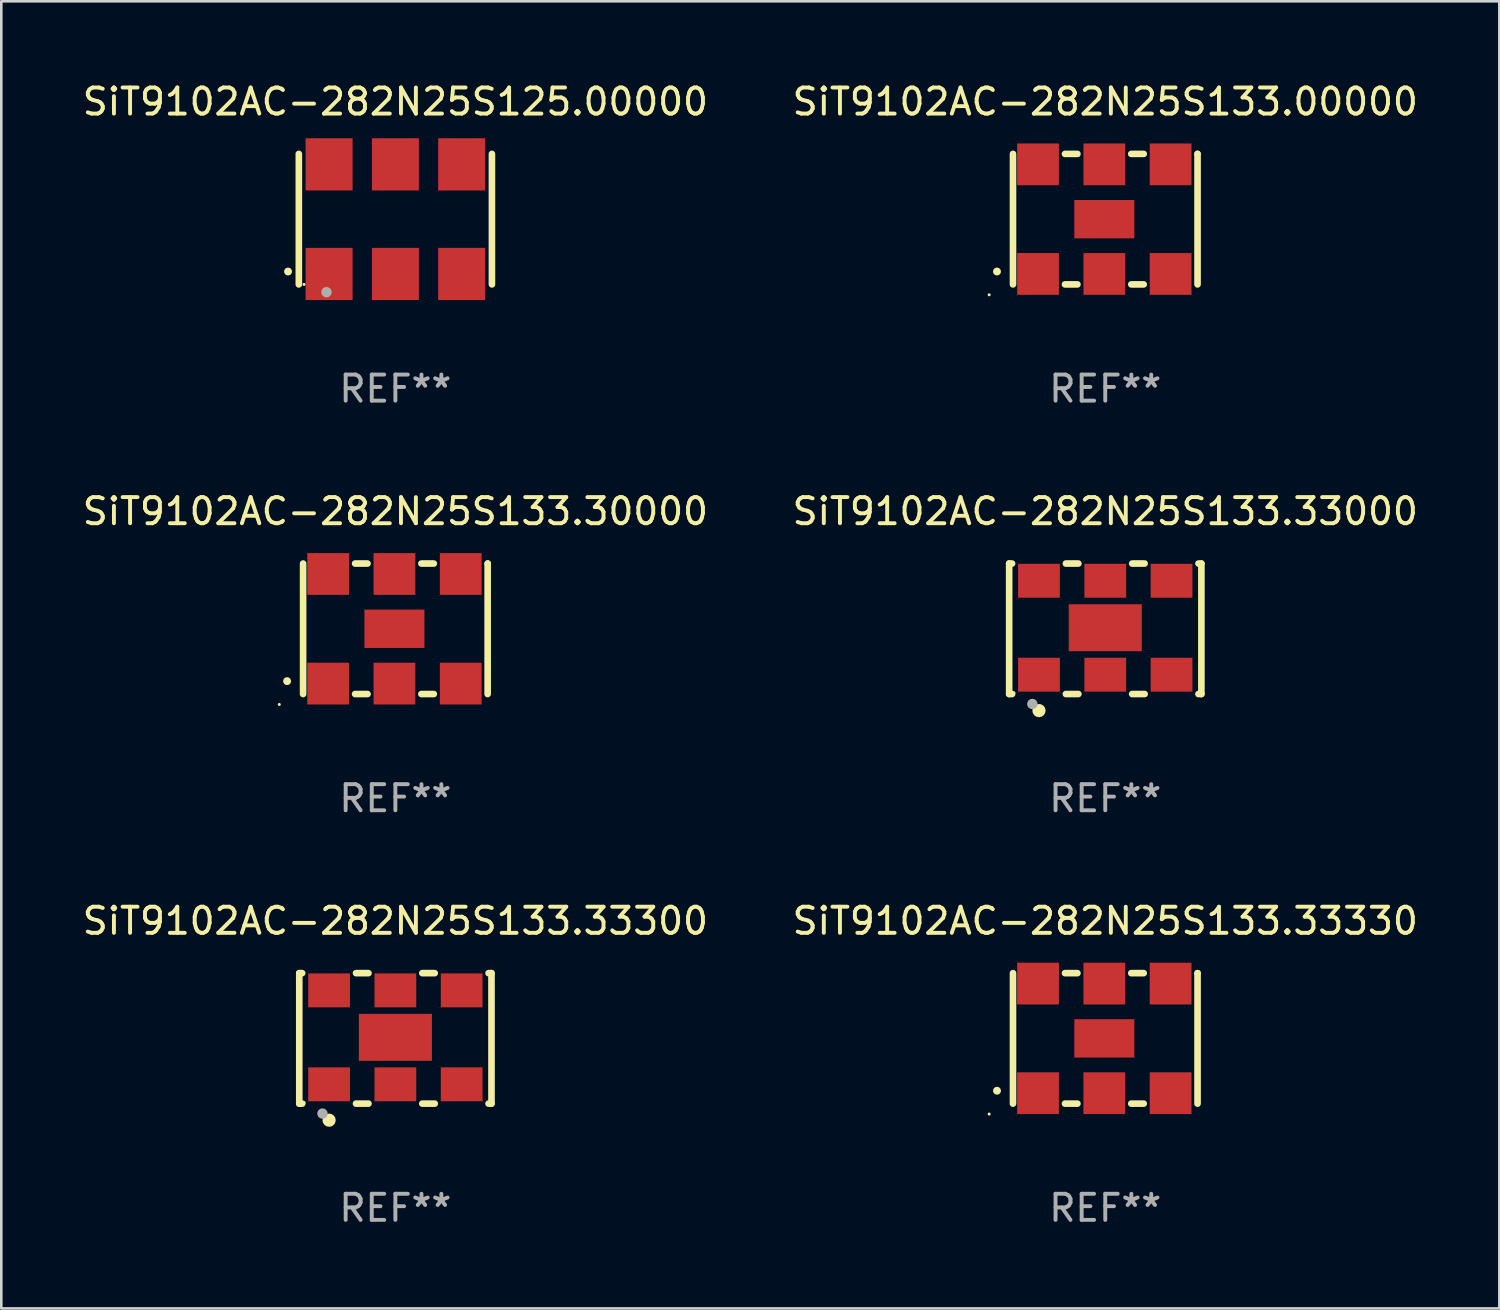
<source format=kicad_pcb>
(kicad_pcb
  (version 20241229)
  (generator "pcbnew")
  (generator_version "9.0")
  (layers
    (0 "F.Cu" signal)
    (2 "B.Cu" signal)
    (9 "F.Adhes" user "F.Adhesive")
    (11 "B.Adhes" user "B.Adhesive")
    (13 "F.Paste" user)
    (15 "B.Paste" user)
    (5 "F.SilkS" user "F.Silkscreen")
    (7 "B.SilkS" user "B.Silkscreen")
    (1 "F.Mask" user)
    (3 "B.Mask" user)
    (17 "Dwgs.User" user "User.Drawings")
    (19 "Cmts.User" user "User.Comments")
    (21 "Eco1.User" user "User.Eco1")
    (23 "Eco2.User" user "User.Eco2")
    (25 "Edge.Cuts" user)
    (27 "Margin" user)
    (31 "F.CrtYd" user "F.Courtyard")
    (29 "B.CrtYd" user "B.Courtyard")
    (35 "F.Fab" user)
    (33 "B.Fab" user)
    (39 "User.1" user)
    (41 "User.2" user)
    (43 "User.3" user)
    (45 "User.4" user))
  (footprint "SiT9102AC-282N25S133.33330"
    (layer "F.Cu")
    (at 39.304 36.741)
    (property "Reference" "SiT9102AC-282N25S133.33330" (at 0 -4.5 0) (layer "F.SilkS") (effects (font (size 1 1) (thickness 0.15))))
    (attr through_hole)
    (fp_line (start -3.536 -2.5) (end -3.536 2.5) (stroke (width 0.254) (type solid)) (layer "F.SilkS"))
    (fp_line (start -1.544 2.5) (end -1.067 2.5) (stroke (width 0.254) (type solid)) (layer "F.SilkS"))
    (fp_line (start -1.067 -2.5) (end -1.544 -2.5) (stroke (width 0.254) (type solid)) (layer "F.SilkS"))
    (fp_line (start 0.996 2.5) (end 1.473 2.5) (stroke (width 0.254) (type solid)) (layer "F.SilkS"))
    (fp_line (start 1.473 -2.5) (end 0.996 -2.5) (stroke (width 0.254) (type solid)) (layer "F.SilkS"))
    (fp_line (start 3.536 -2.5) (end 3.536 -2.5) (stroke (width 0.254) (type solid)) (layer "F.SilkS"))
    (fp_line (start 3.536 2.5) (end 3.536 -2.5) (stroke (width 0.254) (type solid)) (layer "F.SilkS"))
    (fp_arc (start -4.150432 2.006604) (mid -4.149162 2.006599) (end -4.147892 2.006604) (stroke (width 0.3) (type solid)) (layer "F.SilkS"))
    (fp_circle (center -4.449 2.9) (end -4.419 2.9) (stroke (width 0.06) (type solid)) (fill no) (layer "F.SilkS"))
    (fp_text user "REF**" (at 0 6.5 0) (layer "F.Fab") (effects (font (size 1 1) (thickness 0.15))))
    (pad "1" smd rect (at -2.576 2.1) (size 1.6 1.6) (layers "F.Cu" "F.Mask" "F.Paste"))
    (pad "2" smd rect (at -0.036 2.1) (size 1.6 1.6) (layers "F.Cu" "F.Mask" "F.Paste"))
    (pad "3" smd rect (at 2.504 2.1) (size 1.6 1.6) (layers "F.Cu" "F.Mask" "F.Paste"))
    (pad "4" smd rect (at 2.504 -2.1) (size 1.6 1.6) (layers "F.Cu" "F.Mask" "F.Paste"))
    (pad "5" smd rect (at -0.036 -2.1) (size 1.6 1.6) (layers "F.Cu" "F.Mask" "F.Paste"))
    (pad "6" smd rect (at -2.576 -2.1) (size 1.6 1.6) (layers "F.Cu" "F.Mask" "F.Paste"))
    (pad "7" smd rect (at -0.036 0) (size 2.3 1.47) (layers "F.Cu" "F.Mask" "F.Paste")))
  (footprint "SiT9102AC-282N25S133.30000"
    (layer "F.Cu")
    (at 12.101 21.045)
    (property "Reference" "SiT9102AC-282N25S133.30000" (at 0 -4.5 0) (layer "F.SilkS") (effects (font (size 1 1) (thickness 0.15))))
    (attr through_hole)
    (fp_line (start -3.536 -2.5) (end -3.536 2.5) (stroke (width 0.254) (type solid)) (layer "F.SilkS"))
    (fp_line (start -1.544 2.5) (end -1.067 2.5) (stroke (width 0.254) (type solid)) (layer "F.SilkS"))
    (fp_line (start -1.067 -2.5) (end -1.544 -2.5) (stroke (width 0.254) (type solid)) (layer "F.SilkS"))
    (fp_line (start 0.996 2.5) (end 1.473 2.5) (stroke (width 0.254) (type solid)) (layer "F.SilkS"))
    (fp_line (start 1.473 -2.5) (end 0.996 -2.5) (stroke (width 0.254) (type solid)) (layer "F.SilkS"))
    (fp_line (start 3.536 -2.5) (end 3.536 -2.5) (stroke (width 0.254) (type solid)) (layer "F.SilkS"))
    (fp_line (start 3.536 2.5) (end 3.536 -2.5) (stroke (width 0.254) (type solid)) (layer "F.SilkS"))
    (fp_arc (start -4.150432 2.006604) (mid -4.149162 2.006599) (end -4.147892 2.006604) (stroke (width 0.3) (type solid)) (layer "F.SilkS"))
    (fp_circle (center -4.449 2.9) (end -4.419 2.9) (stroke (width 0.06) (type solid)) (fill no) (layer "F.SilkS"))
    (fp_text user "REF**" (at 0 6.5 0) (layer "F.Fab") (effects (font (size 1 1) (thickness 0.15))))
    (pad "1" smd rect (at -2.576 2.1) (size 1.6 1.6) (layers "F.Cu" "F.Mask" "F.Paste"))
    (pad "2" smd rect (at -0.036 2.1) (size 1.6 1.6) (layers "F.Cu" "F.Mask" "F.Paste"))
    (pad "3" smd rect (at 2.504 2.1) (size 1.6 1.6) (layers "F.Cu" "F.Mask" "F.Paste"))
    (pad "4" smd rect (at 2.504 -2.1) (size 1.6 1.6) (layers "F.Cu" "F.Mask" "F.Paste"))
    (pad "5" smd rect (at -0.036 -2.1) (size 1.6 1.6) (layers "F.Cu" "F.Mask" "F.Paste"))
    (pad "6" smd rect (at -2.576 -2.1) (size 1.6 1.6) (layers "F.Cu" "F.Mask" "F.Paste"))
    (pad "7" smd rect (at -0.036 0) (size 2.3 1.47) (layers "F.Cu" "F.Mask" "F.Paste")))
  (footprint "SiT9102AC-282N25S125.00000"
    (layer "F.Cu")
    (at 12.101 5.348)
    (property "Reference" "SiT9102AC-282N25S125.00000" (at 0 -4.5 0) (layer "F.SilkS") (effects (font (size 1 1) (thickness 0.15))))
    (attr through_hole)
    (fp_line (start -3.7 -2.5) (end -3.7 2.5) (stroke (width 0.254) (type solid)) (layer "F.SilkS"))
    (fp_line (start 3.7 -2.5) (end 3.7 2.5) (stroke (width 0.254) (type solid)) (layer "F.SilkS"))
    (fp_arc (start -4.114415 2.006604) (mid -4.113145 2.006599) (end -4.111875 2.006604) (stroke (width 0.3) (type solid)) (layer "F.SilkS"))
    (fp_circle (center -3.5 2.501) (end -3.47 2.501) (stroke (width 0.06) (type solid)) (fill no) (layer "F.SilkS"))
    (fp_circle (center -2.641 2.799) (end -2.541 2.799) (stroke (width 0.2) (type solid)) (fill no) (layer "F.Fab"))
    (fp_text user "REF**" (at 0 6.5 0) (layer "F.Fab") (effects (font (size 1 1) (thickness 0.15))))
    (pad "1" smd rect (at -2.54 2.1) (size 1.8 2) (layers "F.Cu" "F.Mask" "F.Paste"))
    (pad "2" smd rect (at 0.000394 2.1) (size 1.8 2) (layers "F.Cu" "F.Mask" "F.Paste"))
    (pad "3" smd rect (at 2.54 2.1) (size 1.8 2) (layers "F.Cu" "F.Mask" "F.Paste"))
    (pad "4" smd rect (at 2.54 -2.1) (size 1.8 2) (layers "F.Cu" "F.Mask" "F.Paste"))
    (pad "5" smd rect (at 0.000394 -2.1) (size 1.8 2) (layers "F.Cu" "F.Mask" "F.Paste"))
    (pad "6" smd rect (at -2.54 -2.1) (size 1.8 2) (layers "F.Cu" "F.Mask" "F.Paste")))
  (footprint "SiT9102AC-282N25S133.00000"
    (layer "F.Cu")
    (at 39.304 5.348)
    (property "Reference" "SiT9102AC-282N25S133.00000" (at 0 -4.5 0) (layer "F.SilkS") (effects (font (size 1 1) (thickness 0.15))))
    (attr through_hole)
    (fp_line (start -3.536 -2.5) (end -3.536 2.5) (stroke (width 0.254) (type solid)) (layer "F.SilkS"))
    (fp_line (start -1.544 2.5) (end -1.067 2.5) (stroke (width 0.254) (type solid)) (layer "F.SilkS"))
    (fp_line (start -1.067 -2.5) (end -1.544 -2.5) (stroke (width 0.254) (type solid)) (layer "F.SilkS"))
    (fp_line (start 0.996 2.5) (end 1.473 2.5) (stroke (width 0.254) (type solid)) (layer "F.SilkS"))
    (fp_line (start 1.473 -2.5) (end 0.996 -2.5) (stroke (width 0.254) (type solid)) (layer "F.SilkS"))
    (fp_line (start 3.536 -2.5) (end 3.536 -2.5) (stroke (width 0.254) (type solid)) (layer "F.SilkS"))
    (fp_line (start 3.536 2.5) (end 3.536 -2.5) (stroke (width 0.254) (type solid)) (layer "F.SilkS"))
    (fp_arc (start -4.150432 2.006604) (mid -4.149162 2.006599) (end -4.147892 2.006604) (stroke (width 0.3) (type solid)) (layer "F.SilkS"))
    (fp_circle (center -4.449 2.9) (end -4.419 2.9) (stroke (width 0.06) (type solid)) (fill no) (layer "F.SilkS"))
    (fp_text user "REF**" (at 0 6.5 0) (layer "F.Fab") (effects (font (size 1 1) (thickness 0.15))))
    (pad "1" smd rect (at -2.576 2.1) (size 1.6 1.6) (layers "F.Cu" "F.Mask" "F.Paste"))
    (pad "2" smd rect (at -0.036 2.1) (size 1.6 1.6) (layers "F.Cu" "F.Mask" "F.Paste"))
    (pad "3" smd rect (at 2.504 2.1) (size 1.6 1.6) (layers "F.Cu" "F.Mask" "F.Paste"))
    (pad "4" smd rect (at 2.504 -2.1) (size 1.6 1.6) (layers "F.Cu" "F.Mask" "F.Paste"))
    (pad "5" smd rect (at -0.036 -2.1) (size 1.6 1.6) (layers "F.Cu" "F.Mask" "F.Paste"))
    (pad "6" smd rect (at -2.576 -2.1) (size 1.6 1.6) (layers "F.Cu" "F.Mask" "F.Paste"))
    (pad "7" smd rect (at -0.036 0) (size 2.3 1.47) (layers "F.Cu" "F.Mask" "F.Paste")))
  (footprint "SiT9102AC-282N25S133.33300"
    (layer "F.Cu")
    (at 12.101 36.741)
    (property "Reference" "SiT9102AC-282N25S133.33300" (at 0 -4.5 0) (layer "F.SilkS") (effects (font (size 1 1) (thickness 0.15))))
    (attr through_hole)
    (fp_line (start -3.683 -2.5) (end -3.571 -2.5) (stroke (width 0.254) (type solid)) (layer "F.SilkS"))
    (fp_line (start -3.683 2.5) (end -3.683 -2.5) (stroke (width 0.254) (type solid)) (layer "F.SilkS"))
    (fp_line (start -3.683 2.5) (end -3.571 2.5) (stroke (width 0.254) (type solid)) (layer "F.SilkS"))
    (fp_line (start -1.509 -2.5) (end -1.031 -2.5) (stroke (width 0.254) (type solid)) (layer "F.SilkS"))
    (fp_line (start -1.509 2.5) (end -1.031 2.5) (stroke (width 0.254) (type solid)) (layer "F.SilkS"))
    (fp_line (start 1.031 -2.5) (end 1.509 -2.5) (stroke (width 0.254) (type solid)) (layer "F.SilkS"))
    (fp_line (start 1.031 2.5) (end 1.509 2.5) (stroke (width 0.254) (type solid)) (layer "F.SilkS"))
    (fp_line (start 3.571 -2.5) (end 3.683 -2.5) (stroke (width 0.254) (type solid)) (layer "F.SilkS"))
    (fp_line (start 3.571 2.5) (end 3.683 2.5) (stroke (width 0.254) (type solid)) (layer "F.SilkS"))
    (fp_line (start 3.683 2.5) (end 3.683 -2.5) (stroke (width 0.254) (type solid)) (layer "F.SilkS"))
    (fp_circle (center -3.5 2.46) (end -3.47 2.46) (stroke (width 0.06) (type solid)) (fill no) (layer "F.SilkS"))
    (fp_circle (center -2.54 3.135) (end -2.413 3.135) (stroke (width 0.254) (type solid)) (fill no) (layer "F.SilkS"))
    (fp_circle (center -2.794 2.881) (end -2.694 2.881) (stroke (width 0.2) (type solid)) (fill no) (layer "F.Fab"))
    (fp_text user "REF**" (at 0 6.5 0) (layer "F.Fab") (effects (font (size 1 1) (thickness 0.15))))
    (pad "1" smd rect (at -2.54 1.76) (size 1.6 1.3) (layers "F.Cu" "F.Mask" "F.Paste"))
    (pad "2" smd rect (at 0 1.76) (size 1.6 1.3) (layers "F.Cu" "F.Mask" "F.Paste"))
    (pad "3" smd rect (at 2.54 1.76) (size 1.6 1.3) (layers "F.Cu" "F.Mask" "F.Paste"))
    (pad "4" smd rect (at 2.54 -1.84) (size 1.6 1.3) (layers "F.Cu" "F.Mask" "F.Paste"))
    (pad "5" smd rect (at 0 -1.84) (size 1.6 1.3) (layers "F.Cu" "F.Mask" "F.Paste"))
    (pad "6" smd rect (at -2.54 -1.84) (size 1.6 1.3) (layers "F.Cu" "F.Mask" "F.Paste"))
    (pad "7" smd rect (at 0 -0.04) (size 2.8 1.8) (layers "F.Cu" "F.Mask" "F.Paste")))
  (footprint "SiT9102AC-282N25S133.33000"
    (layer "F.Cu")
    (at 39.304 21.045)
    (property "Reference" "SiT9102AC-282N25S133.33000" (at 0 -4.5 0) (layer "F.SilkS") (effects (font (size 1 1) (thickness 0.15))))
    (attr through_hole)
    (fp_line (start -3.683 -2.5) (end -3.571 -2.5) (stroke (width 0.254) (type solid)) (layer "F.SilkS"))
    (fp_line (start -3.683 2.5) (end -3.683 -2.5) (stroke (width 0.254) (type solid)) (layer "F.SilkS"))
    (fp_line (start -3.683 2.5) (end -3.571 2.5) (stroke (width 0.254) (type solid)) (layer "F.SilkS"))
    (fp_line (start -1.509 -2.5) (end -1.031 -2.5) (stroke (width 0.254) (type solid)) (layer "F.SilkS"))
    (fp_line (start -1.509 2.5) (end -1.031 2.5) (stroke (width 0.254) (type solid)) (layer "F.SilkS"))
    (fp_line (start 1.031 -2.5) (end 1.509 -2.5) (stroke (width 0.254) (type solid)) (layer "F.SilkS"))
    (fp_line (start 1.031 2.5) (end 1.509 2.5) (stroke (width 0.254) (type solid)) (layer "F.SilkS"))
    (fp_line (start 3.571 -2.5) (end 3.683 -2.5) (stroke (width 0.254) (type solid)) (layer "F.SilkS"))
    (fp_line (start 3.571 2.5) (end 3.683 2.5) (stroke (width 0.254) (type solid)) (layer "F.SilkS"))
    (fp_line (start 3.683 2.5) (end 3.683 -2.5) (stroke (width 0.254) (type solid)) (layer "F.SilkS"))
    (fp_circle (center -3.5 2.46) (end -3.47 2.46) (stroke (width 0.06) (type solid)) (fill no) (layer "F.SilkS"))
    (fp_circle (center -2.54 3.135) (end -2.413 3.135) (stroke (width 0.254) (type solid)) (fill no) (layer "F.SilkS"))
    (fp_circle (center -2.794 2.881) (end -2.694 2.881) (stroke (width 0.2) (type solid)) (fill no) (layer "F.Fab"))
    (fp_text user "REF**" (at 0 6.5 0) (layer "F.Fab") (effects (font (size 1 1) (thickness 0.15))))
    (pad "1" smd rect (at -2.54 1.76) (size 1.6 1.3) (layers "F.Cu" "F.Mask" "F.Paste"))
    (pad "2" smd rect (at 0 1.76) (size 1.6 1.3) (layers "F.Cu" "F.Mask" "F.Paste"))
    (pad "3" smd rect (at 2.54 1.76) (size 1.6 1.3) (layers "F.Cu" "F.Mask" "F.Paste"))
    (pad "4" smd rect (at 2.54 -1.84) (size 1.6 1.3) (layers "F.Cu" "F.Mask" "F.Paste"))
    (pad "5" smd rect (at 0 -1.84) (size 1.6 1.3) (layers "F.Cu" "F.Mask" "F.Paste"))
    (pad "6" smd rect (at -2.54 -1.84) (size 1.6 1.3) (layers "F.Cu" "F.Mask" "F.Paste"))
    (pad "7" smd rect (at 0 -0.04) (size 2.8 1.8) (layers "F.Cu" "F.Mask" "F.Paste")))
  (gr_rect
    (start -3 -3)
    (end 54.405 47.09)
    (stroke (width 0.1) (type default))
    (fill no)
    (layer "Edge.Cuts")))
</source>
